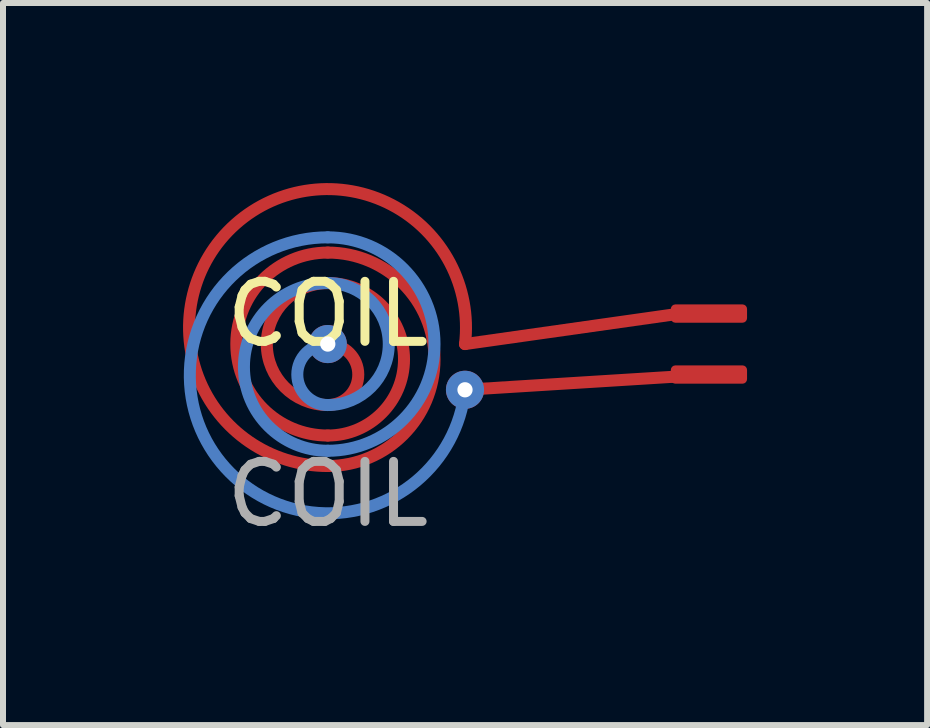
<source format=kicad_pcb>
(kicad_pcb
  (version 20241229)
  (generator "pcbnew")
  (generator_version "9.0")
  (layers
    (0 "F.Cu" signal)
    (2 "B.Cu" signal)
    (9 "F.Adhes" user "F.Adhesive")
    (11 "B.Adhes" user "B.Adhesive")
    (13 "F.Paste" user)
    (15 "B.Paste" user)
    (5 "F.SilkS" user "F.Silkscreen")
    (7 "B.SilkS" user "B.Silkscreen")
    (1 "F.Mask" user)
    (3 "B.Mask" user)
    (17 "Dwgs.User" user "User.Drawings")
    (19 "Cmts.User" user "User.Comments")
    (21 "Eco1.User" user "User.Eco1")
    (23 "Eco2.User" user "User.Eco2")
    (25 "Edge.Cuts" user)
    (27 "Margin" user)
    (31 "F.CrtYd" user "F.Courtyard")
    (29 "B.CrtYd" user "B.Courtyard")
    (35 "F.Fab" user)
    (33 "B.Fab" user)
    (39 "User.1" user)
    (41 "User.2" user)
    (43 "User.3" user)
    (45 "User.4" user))
  (footprint "COIL"
    (layer "F.Cu")
    (at 2.411 2.682)
    (property "Reference" "COIL" (at 0 -0.5 0) (unlocked yes) (layer "F.SilkS") (effects (font (size 1 1) (thickness 0.15))))
    (attr smd)
    (fp_line (start 2.286 0) (end 5.867 -0.508) (stroke (width 0.2) (type solid)) (layer "F.Cu"))
    (fp_line (start 2.286 0.762) (end 6.35 0.508) (stroke (width 0.2) (type solid)) (layer "F.Cu"))
    (fp_arc (start 0 -1.524) (mid 1.778436 0.254) (end 0 2.032) (stroke (width 0.2) (type solid)) (layer "F.Cu"))
    (fp_arc (start 0 -1.016) (mid 1.27 0.254) (end 0 1.524) (stroke (width 0.2) (type solid)) (layer "F.Cu"))
    (fp_arc (start 0 0) (mid 0.508 0.508) (end 0 1.016) (stroke (width 0.2) (type solid)) (layer "F.Cu"))
    (fp_arc (start 0 1.016) (mid -1.016 0) (end 0 -1.016) (stroke (width 0.2) (type solid)) (layer "F.Cu"))
    (fp_arc (start 0 1.524) (mid -1.524 0) (end 0 -1.524) (stroke (width 0.2) (type solid)) (layer "F.Cu"))
    (fp_arc (start 0 2.031999) (mid -1.537084 -1.999098) (end 2.286 0) (stroke (width 0.2) (type solid)) (layer "F.Cu"))
    (fp_arc (start 0 -1.778) (mid 1.778 0) (end 0 1.778) (stroke (width 0.2) (type solid)) (layer "B.Cu"))
    (fp_arc (start 0 -1.016) (mid 1.016 0) (end 0 1.016) (stroke (width 0.2) (type solid)) (layer "B.Cu"))
    (fp_arc (start 0 1.016) (mid -0.508 0.508) (end 0 0) (stroke (width 0.2) (type solid)) (layer "B.Cu"))
    (fp_arc (start 0 1.778) (mid -1.397 0.381) (end 0 -1.016) (stroke (width 0.2) (type solid)) (layer "B.Cu"))
    (fp_arc (start 2.286 0.762) (mid -1.70861 2.058449) (end 0 -1.778) (stroke (width 0.2) (type solid)) (layer "B.Cu"))
    (fp_text user "${REFERENCE}" (at 0 2.5 0) (unlocked yes) (layer "F.Fab") (effects (font (size 1 1) (thickness 0.15))))
    (pad "" thru_hole circle (at 0 0) (size 0.635 0.635) (drill 0.254) (layers "*.Cu" "*.Mask"))
    (pad "" thru_hole circle (at 2.286 0.762) (size 0.635 0.635) (drill 0.254) (layers "*.Cu" "*.Mask"))
    (pad "1" smd roundrect (at 6.35 -0.508) (size 1.27 0.305) (layers "F.Cu") (roundrect_rratio 0.25))
    (pad "2" smd roundrect (at 6.35 0.508) (size 1.27 0.305) (layers "F.Cu") (roundrect_rratio 0.25)))
  (gr_rect
    (start -3 -3)
    (end 12.396 9.03)
    (stroke (width 0.1) (type default))
    (fill no)
    (layer "Edge.Cuts")))
</source>
